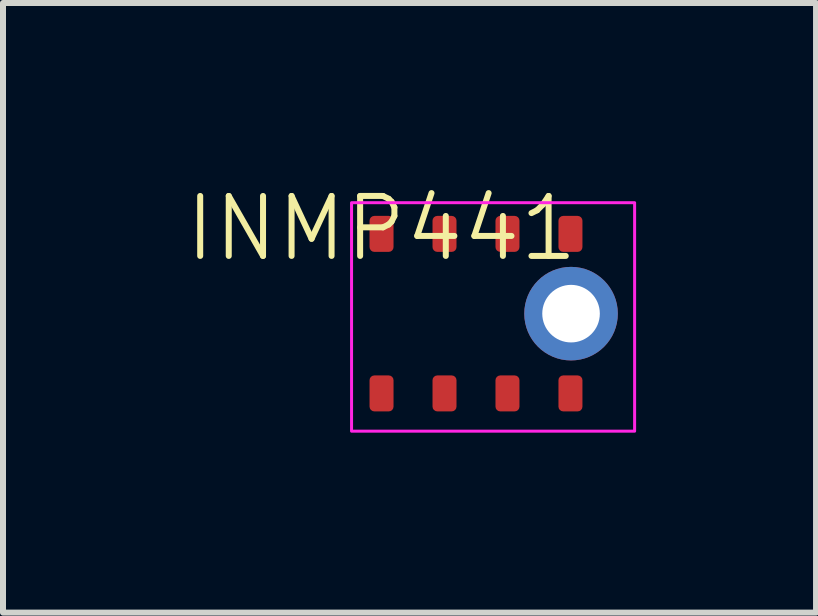
<source format=kicad_pcb>
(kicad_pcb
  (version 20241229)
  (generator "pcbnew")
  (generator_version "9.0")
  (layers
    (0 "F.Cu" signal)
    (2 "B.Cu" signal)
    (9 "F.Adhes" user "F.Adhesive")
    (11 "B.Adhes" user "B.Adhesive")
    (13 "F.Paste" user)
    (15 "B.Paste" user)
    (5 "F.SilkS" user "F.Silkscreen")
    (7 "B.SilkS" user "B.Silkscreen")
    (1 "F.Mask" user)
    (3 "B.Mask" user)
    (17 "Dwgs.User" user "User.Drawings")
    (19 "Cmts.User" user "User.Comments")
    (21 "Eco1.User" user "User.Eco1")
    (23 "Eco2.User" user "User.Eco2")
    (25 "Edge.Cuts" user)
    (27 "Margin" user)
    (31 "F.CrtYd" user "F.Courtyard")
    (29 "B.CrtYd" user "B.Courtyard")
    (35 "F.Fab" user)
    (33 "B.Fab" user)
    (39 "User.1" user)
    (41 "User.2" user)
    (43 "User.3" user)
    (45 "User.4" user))
  (footprint "INMP441"
    (layer "F.Cu")
    (at 3.312 3.51)
    (property "Reference" "INMP441" (at 0 -2.75 0) (unlocked yes) (layer "F.SilkS") (effects (font (size 1 1) (thickness 0.1))))
    (attr smd)
    (fp_rect (start -0.5 -3.18) (end 4.22 0.63) (stroke (width 0.05) (type default)) (fill no) (layer "F.CrtYd"))
    (pad "1" smd roundrect (at 0 0 180) (size 0.4 0.6) (layers "F.Cu" "F.Mask" "F.Paste") (roundrect_rratio 0.2))
    (pad "2" smd roundrect (at 1.05 0 180) (size 0.4 0.6) (layers "F.Cu" "F.Mask" "F.Paste") (roundrect_rratio 0.2))
    (pad "3" smd roundrect (at 2.1 0 180) (size 0.4 0.6) (layers "F.Cu" "F.Mask" "F.Paste") (roundrect_rratio 0.2))
    (pad "4" smd roundrect (at 3.15 0 180) (size 0.4 0.6) (layers "F.Cu" "F.Mask" "F.Paste") (roundrect_rratio 0.2))
    (pad "5" thru_hole circle (at 3.16 -1.33 180) (size 1.56 1.56) (drill 0.96) (layers "*.Cu" "*.Mask"))
    (pad "6" smd roundrect (at 3.15 -2.66 180) (size 0.4 0.6) (layers "F.Cu" "F.Mask" "F.Paste") (roundrect_rratio 0.2))
    (pad "7" smd roundrect (at 2.1 -2.66 180) (size 0.4 0.6) (layers "F.Cu" "F.Mask" "F.Paste") (roundrect_rratio 0.2))
    (pad "8" smd roundrect (at 1.05 -2.66 180) (size 0.4 0.6) (layers "F.Cu" "F.Mask" "F.Paste") (roundrect_rratio 0.2))
    (pad "9" smd roundrect (at 0 -2.66 180) (size 0.4 0.6) (layers "F.Cu" "F.Mask" "F.Paste") (roundrect_rratio 0.2)))
  (gr_rect
    (start -3 -3)
    (end 10.557 7.165)
    (stroke (width 0.1) (type default))
    (fill no)
    (layer "Edge.Cuts")))
</source>
